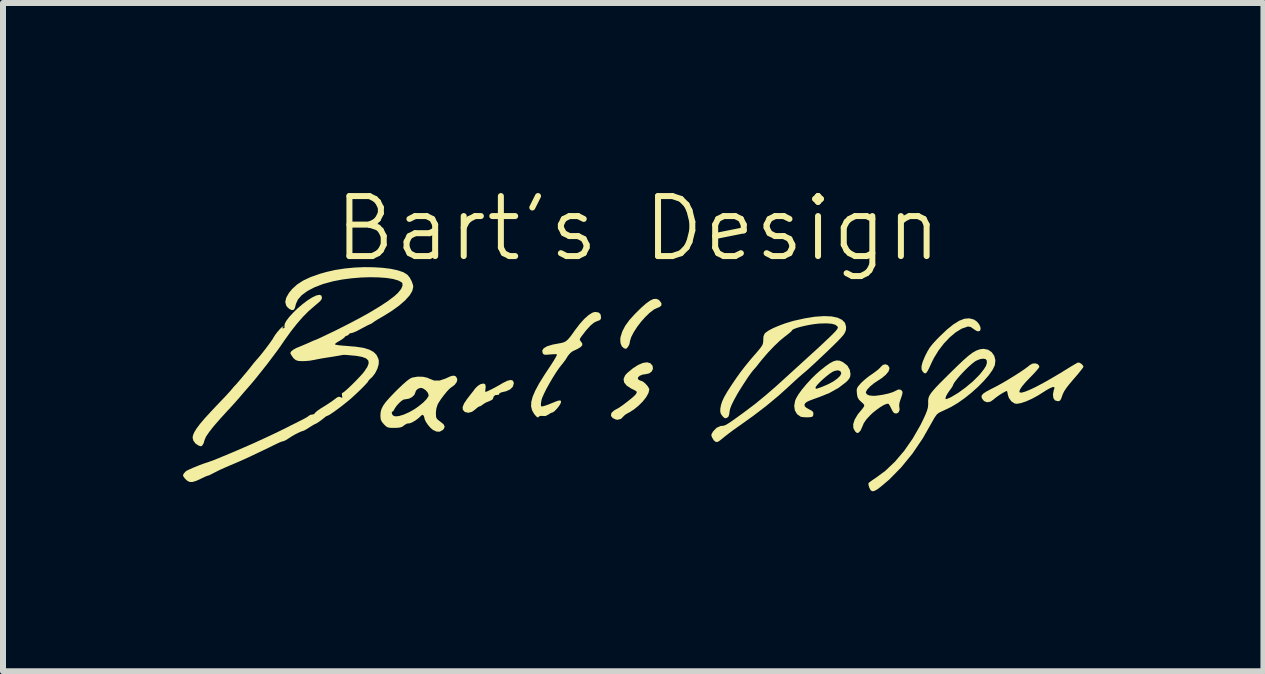
<source format=kicad_pcb>
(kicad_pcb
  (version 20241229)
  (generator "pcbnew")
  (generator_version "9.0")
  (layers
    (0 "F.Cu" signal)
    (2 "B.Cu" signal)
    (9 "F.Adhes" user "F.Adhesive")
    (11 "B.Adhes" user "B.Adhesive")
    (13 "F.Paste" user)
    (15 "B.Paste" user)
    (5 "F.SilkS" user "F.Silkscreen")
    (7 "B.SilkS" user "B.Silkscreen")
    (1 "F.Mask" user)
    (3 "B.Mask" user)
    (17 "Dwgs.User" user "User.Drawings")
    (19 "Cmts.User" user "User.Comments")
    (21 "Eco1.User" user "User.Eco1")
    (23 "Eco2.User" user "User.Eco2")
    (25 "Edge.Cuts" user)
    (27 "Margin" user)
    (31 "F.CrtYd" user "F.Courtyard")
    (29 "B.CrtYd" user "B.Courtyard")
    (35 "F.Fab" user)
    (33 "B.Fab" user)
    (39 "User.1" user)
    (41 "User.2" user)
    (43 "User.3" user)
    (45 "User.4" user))
  (footprint "Bart's Design"
    (layer "F.Cu")
    (at 7.583 3.26)
    (property "Reference" "Bart's Design" (at 0 -2.5 0) (unlocked yes) (layer "F.SilkS") (effects (font (size 1 1) (thickness 0.1))))
    (attr smd)
    (fp_poly (pts (xy 0.343 -1.314) (xy 0.359 -1.3) (xy 0.391 -1.255) (xy 0.389 -1.218) (xy 0.354 -1.19) (xy 0.325 -1.18) (xy 0.265 -1.152) (xy 0.196 -1.099) (xy 0.123 -1.029) (xy 0.05 -0.947) (xy -0.017 -0.859) (xy -0.073 -0.771) (xy -0.114 -0.691) (xy -0.135 -0.623) (xy -0.137 -0.604) (xy -0.145 -0.57) (xy -0.165 -0.533) (xy -0.187 -0.505) (xy -0.202 -0.497) (xy -0.227 -0.504) (xy -0.236 -0.507) (xy -0.271 -0.539) (xy -0.292 -0.593) (xy -0.296 -0.66) (xy -0.291 -0.694) (xy -0.261 -0.789) (xy -0.213 -0.881) (xy -0.144 -0.976) (xy -0.049 -1.081) (xy -0.047 -1.082) (xy 0.053 -1.181) (xy 0.136 -1.254) (xy 0.203 -1.302) (xy 0.258 -1.327) (xy 0.304 -1.33)) (stroke (width 0) (type solid)) (fill yes) (layer "F.SilkS"))
    (fp_poly (pts (xy 5.591 -0.987) (xy 5.601 -0.983) (xy 5.647 -0.951) (xy 5.682 -0.91) (xy 5.704 -0.866) (xy 5.71 -0.826) (xy 5.698 -0.797) (xy 5.669 -0.787) (xy 5.638 -0.797) (xy 5.598 -0.823) (xy 5.588 -0.831) (xy 5.542 -0.861) (xy 5.5 -0.868) (xy 5.486 -0.865) (xy 5.393 -0.832) (xy 5.295 -0.772) (xy 5.195 -0.688) (xy 5.098 -0.586) (xy 5.009 -0.47) (xy 4.932 -0.345) (xy 4.897 -0.275) (xy 4.858 -0.19) (xy 4.83 -0.133) (xy 4.808 -0.1) (xy 4.79 -0.087) (xy 4.772 -0.091) (xy 4.752 -0.108) (xy 4.748 -0.112) (xy 4.726 -0.15) (xy 4.724 -0.205) (xy 4.743 -0.278) (xy 4.783 -0.374) (xy 4.791 -0.391) (xy 4.827 -0.46) (xy 4.864 -0.52) (xy 4.91 -0.578) (xy 4.97 -0.644) (xy 5.027 -0.702) (xy 5.149 -0.818) (xy 5.258 -0.906) (xy 5.354 -0.965) (xy 5.44 -0.998) (xy 5.519 -1.005)) (stroke (width 0) (type solid)) (fill yes) (layer "F.SilkS"))
    (fp_poly (pts (xy -2.085 0.034) (xy -2.07 0.071) (xy -2.07 0.078) (xy -2.086 0.134) (xy -2.13 0.179) (xy -2.199 0.211) (xy -2.232 0.218) (xy -2.286 0.232) (xy -2.312 0.248) (xy -2.313 0.255) (xy -2.322 0.27) (xy -2.339 0.271) (xy -2.383 0.276) (xy -2.409 0.304) (xy -2.412 0.323) (xy -2.427 0.35) (xy -2.476 0.375) (xy -2.484 0.378) (xy -2.536 0.399) (xy -2.578 0.425) (xy -2.587 0.432) (xy -2.619 0.455) (xy -2.639 0.462) (xy -2.665 0.473) (xy -2.7 0.502) (xy -2.709 0.511) (xy -2.766 0.553) (xy -2.826 0.569) (xy -2.88 0.558) (xy -2.891 0.552) (xy -2.92 0.518) (xy -2.923 0.473) (xy -2.899 0.414) (xy -2.848 0.338) (xy -2.835 0.322) (xy -2.789 0.262) (xy -2.746 0.208) (xy -2.716 0.167) (xy -2.711 0.161) (xy -2.67 0.121) (xy -2.626 0.093) (xy -2.575 0.081) (xy -2.546 0.096) (xy -2.538 0.138) (xy -2.542 0.165) (xy -2.546 0.203) (xy -2.543 0.222) (xy -2.541 0.222) (xy -2.518 0.214) (xy -2.473 0.193) (xy -2.413 0.163) (xy -2.346 0.127) (xy -2.279 0.089) (xy -2.253 0.073) (xy -2.177 0.035) (xy -2.121 0.022)) (stroke (width 0) (type solid)) (fill yes) (layer "F.SilkS"))
    (fp_poly (pts (xy 0.206 -0.256) (xy 0.242 -0.215) (xy 0.243 -0.213) (xy 0.249 -0.163) (xy 0.228 -0.119) (xy 0.185 -0.087) (xy 0.132 -0.075) (xy 0.076 -0.067) (xy 0.03 -0.048) (xy 0.001 -0.023) (xy -0.003 0.003) (xy 0.001 0.01) (xy 0.03 0.031) (xy 0.044 0.034) (xy 0.08 0.048) (xy 0.121 0.081) (xy 0.159 0.123) (xy 0.184 0.165) (xy 0.188 0.184) (xy 0.174 0.241) (xy 0.136 0.309) (xy 0.079 0.381) (xy 0.008 0.452) (xy -0.07 0.515) (xy -0.15 0.566) (xy -0.166 0.573) (xy -0.207 0.597) (xy -0.233 0.619) (xy -0.235 0.621) (xy -0.282 0.67) (xy -0.338 0.686) (xy -0.372 0.681) (xy -0.424 0.656) (xy -0.45 0.621) (xy -0.447 0.581) (xy -0.433 0.561) (xy -0.396 0.529) (xy -0.368 0.513) (xy -0.332 0.494) (xy -0.28 0.46) (xy -0.219 0.415) (xy -0.157 0.367) (xy -0.1 0.321) (xy -0.057 0.282) (xy -0.034 0.257) (xy -0.034 0.256) (xy -0.023 0.235) (xy -0.021 0.22) (xy -0.034 0.207) (xy -0.067 0.188) (xy -0.115 0.165) (xy -0.19 0.116) (xy -0.232 0.063) (xy -0.241 0.006) (xy -0.216 -0.053) (xy -0.182 -0.092) (xy -0.087 -0.171) (xy 0.002 -0.228) (xy 0.082 -0.262) (xy 0.151 -0.272)) (stroke (width 0) (type solid)) (fill yes) (layer "F.SilkS"))
    (fp_poly (pts (xy 3.356 -0.3) (xy 3.403 -0.281) (xy 3.418 -0.273) (xy 3.489 -0.217) (xy 3.53 -0.145) (xy 3.541 -0.076) (xy 3.536 -0.034) (xy 3.519 0.002) (xy 3.483 0.043) (xy 3.466 0.059) (xy 3.342 0.154) (xy 3.19 0.239) (xy 3.022 0.307) (xy 2.927 0.341) (xy 2.86 0.366) (xy 2.816 0.387) (xy 2.79 0.406) (xy 2.778 0.424) (xy 2.774 0.437) (xy 2.78 0.463) (xy 2.809 0.488) (xy 2.848 0.51) (xy 2.895 0.535) (xy 2.918 0.557) (xy 2.923 0.584) (xy 2.922 0.595) (xy 2.916 0.623) (xy 2.899 0.637) (xy 2.864 0.643) (xy 2.831 0.645) (xy 2.773 0.644) (xy 2.724 0.638) (xy 2.709 0.634) (xy 2.65 0.592) (xy 2.614 0.53) (xy 2.603 0.454) (xy 2.618 0.369) (xy 2.632 0.334) (xy 2.671 0.266) (xy 2.73 0.184) (xy 2.761 0.147) (xy 2.959 0.147) (xy 2.96 0.162) (xy 2.967 0.169) (xy 2.987 0.165) (xy 3.028 0.151) (xy 3.074 0.134) (xy 3.17 0.093) (xy 3.255 0.047) (xy 3.322 -0.001) (xy 3.368 -0.046) (xy 3.387 -0.086) (xy 3.387 -0.089) (xy 3.373 -0.123) (xy 3.338 -0.138) (xy 3.287 -0.132) (xy 3.242 -0.114) (xy 3.197 -0.084) (xy 3.143 -0.042) (xy 3.086 0.006) (xy 3.033 0.056) (xy 2.99 0.101) (xy 2.964 0.135) (xy 2.959 0.147) (xy 2.761 0.147) (xy 2.804 0.095) (xy 2.886 0.005) (xy 2.971 -0.078) (xy 3.032 -0.132) (xy 3.125 -0.206) (xy 3.199 -0.258) (xy 3.259 -0.29) (xy 3.309 -0.303)) (stroke (width 0) (type solid)) (fill yes) (layer "F.SilkS"))
    (fp_poly (pts (xy 4.163 -0.224) (xy 4.187 -0.189) (xy 4.19 -0.163) (xy 4.174 -0.118) (xy 4.13 -0.065) (xy 4.063 -0.009) (xy 3.996 0.035) (xy 3.926 0.082) (xy 3.866 0.132) (xy 3.821 0.181) (xy 3.799 0.22) (xy 3.797 0.231) (xy 3.813 0.262) (xy 3.856 0.281) (xy 3.923 0.287) (xy 3.966 0.285) (xy 4.073 0.27) (xy 4.17 0.249) (xy 4.25 0.224) (xy 4.299 0.2) (xy 4.338 0.181) (xy 4.371 0.184) (xy 4.381 0.189) (xy 4.4 0.204) (xy 4.408 0.225) (xy 4.404 0.259) (xy 4.387 0.314) (xy 4.371 0.357) (xy 4.356 0.409) (xy 4.352 0.453) (xy 4.354 0.465) (xy 4.36 0.519) (xy 4.344 0.56) (xy 4.31 0.581) (xy 4.3 0.582) (xy 4.27 0.575) (xy 4.246 0.55) (xy 4.223 0.505) (xy 4.2 0.458) (xy 4.18 0.426) (xy 4.173 0.419) (xy 4.145 0.42) (xy 4.098 0.439) (xy 4.039 0.474) (xy 3.975 0.52) (xy 3.91 0.572) (xy 3.873 0.607) (xy 3.807 0.678) (xy 3.764 0.74) (xy 3.739 0.798) (xy 3.709 0.866) (xy 3.675 0.901) (xy 3.652 0.907) (xy 3.636 0.896) (xy 3.619 0.88) (xy 3.589 0.827) (xy 3.586 0.759) (xy 3.611 0.682) (xy 3.661 0.598) (xy 3.688 0.564) (xy 3.735 0.508) (xy 3.762 0.471) (xy 3.771 0.447) (xy 3.762 0.427) (xy 3.738 0.403) (xy 3.72 0.388) (xy 3.68 0.348) (xy 3.658 0.308) (xy 3.648 0.252) (xy 3.648 0.245) (xy 3.644 0.196) (xy 3.65 0.161) (xy 3.669 0.128) (xy 3.706 0.086) (xy 3.713 0.077) (xy 3.766 0.027) (xy 3.834 -0.029) (xy 3.902 -0.077) (xy 3.961 -0.119) (xy 4.011 -0.159) (xy 4.043 -0.192) (xy 4.046 -0.196) (xy 4.083 -0.23) (xy 4.125 -0.239)) (stroke (width 0) (type solid)) (fill yes) (layer "F.SilkS"))
    (fp_poly (pts (xy 7.361 -0.264) (xy 7.395 -0.242) (xy 7.419 -0.213) (xy 7.423 -0.198) (xy 7.413 -0.179) (xy 7.383 -0.14) (xy 7.339 -0.085) (xy 7.284 -0.02) (xy 7.261 0.006) (xy 7.189 0.091) (xy 7.137 0.158) (xy 7.101 0.213) (xy 7.078 0.261) (xy 7.07 0.284) (xy 7.051 0.337) (xy 7.034 0.365) (xy 7.012 0.375) (xy 6.993 0.376) (xy 6.948 0.362) (xy 6.922 0.324) (xy 6.915 0.264) (xy 6.929 0.189) (xy 6.94 0.159) (xy 6.937 0.141) (xy 6.911 0.141) (xy 6.866 0.159) (xy 6.805 0.193) (xy 6.771 0.215) (xy 6.666 0.281) (xy 6.563 0.337) (xy 6.466 0.38) (xy 6.381 0.408) (xy 6.314 0.42) (xy 6.277 0.415) (xy 6.222 0.379) (xy 6.18 0.321) (xy 6.164 0.27) (xy 6.156 0.229) (xy 6.149 0.207) (xy 6.147 0.205) (xy 6.122 0.215) (xy 6.079 0.238) (xy 6.028 0.27) (xy 5.978 0.305) (xy 5.939 0.335) (xy 5.93 0.344) (xy 5.874 0.384) (xy 5.818 0.394) (xy 5.768 0.375) (xy 5.735 0.335) (xy 5.724 0.305) (xy 5.729 0.278) (xy 5.753 0.25) (xy 5.801 0.218) (xy 5.875 0.178) (xy 5.915 0.158) (xy 5.992 0.118) (xy 6.083 0.067) (xy 6.181 0.009) (xy 6.279 -0.051) (xy 6.37 -0.11) (xy 6.448 -0.163) (xy 6.506 -0.206) (xy 6.526 -0.223) (xy 6.57 -0.249) (xy 6.618 -0.255) (xy 6.66 -0.242) (xy 6.685 -0.213) (xy 6.688 -0.195) (xy 6.676 -0.175) (xy 6.645 -0.137) (xy 6.599 -0.086) (xy 6.545 -0.03) (xy 6.462 0.056) (xy 6.402 0.127) (xy 6.366 0.182) (xy 6.355 0.218) (xy 6.363 0.231) (xy 6.395 0.233) (xy 6.452 0.217) (xy 6.533 0.184) (xy 6.634 0.136) (xy 6.752 0.073) (xy 6.885 -0.002) (xy 7.031 -0.088) (xy 7.086 -0.122) (xy 7.165 -0.171) (xy 7.234 -0.213) (xy 7.289 -0.245) (xy 7.324 -0.265) (xy 7.331 -0.268)) (stroke (width 0) (type solid)) (fill yes) (layer "F.SilkS"))
    (fp_poly (pts (xy -5.277 -1.384) (xy -5.268 -1.353) (xy -5.27 -1.333) (xy -5.28 -1.313) (xy -5.301 -1.288) (xy -5.341 -1.253) (xy -5.397 -1.206) (xy -5.494 -1.121) (xy -5.587 -1.027) (xy -5.681 -0.919) (xy -5.78 -0.794) (xy -5.888 -0.644) (xy -5.941 -0.566) (xy -6.009 -0.47) (xy -6.093 -0.358) (xy -6.185 -0.236) (xy -6.281 -0.115) (xy -6.372 -0.001) (xy -6.453 0.096) (xy -6.482 0.129) (xy -6.523 0.176) (xy -6.576 0.237) (xy -6.63 0.3) (xy -6.636 0.308) (xy -6.696 0.376) (xy -6.765 0.453) (xy -6.83 0.524) (xy -6.836 0.529) (xy -6.964 0.67) (xy -7.068 0.789) (xy -7.145 0.887) (xy -7.197 0.963) (xy -7.222 1.018) (xy -7.224 1.025) (xy -7.24 1.078) (xy -7.262 1.115) (xy -7.284 1.128) (xy -7.308 1.121) (xy -7.321 1.117) (xy -7.373 1.084) (xy -7.41 1.035) (xy -7.423 0.987) (xy -7.417 0.944) (xy -7.395 0.893) (xy -7.357 0.831) (xy -7.301 0.756) (xy -7.225 0.666) (xy -7.126 0.558) (xy -7.011 0.436) (xy -6.943 0.365) (xy -6.879 0.298) (xy -6.826 0.24) (xy -6.789 0.199) (xy -6.78 0.188) (xy -6.748 0.15) (xy -6.726 0.124) (xy -6.721 0.12) (xy -6.702 0.1) (xy -6.667 0.06) (xy -6.622 0.008) (xy -6.572 -0.052) (xy -6.522 -0.111) (xy -6.479 -0.164) (xy -6.447 -0.204) (xy -6.442 -0.211) (xy -6.401 -0.263) (xy -6.359 -0.312) (xy -6.348 -0.324) (xy -6.313 -0.364) (xy -6.266 -0.422) (xy -6.214 -0.488) (xy -6.163 -0.556) (xy -6.118 -0.618) (xy -6.086 -0.665) (xy -6.076 -0.683) (xy -6.048 -0.728) (xy -6.011 -0.777) (xy -5.972 -0.822) (xy -5.937 -0.857) (xy -5.914 -0.872) (xy -5.913 -0.872) (xy -5.906 -0.865) (xy -5.918 -0.855) (xy -5.934 -0.842) (xy -5.917 -0.838) (xy -5.914 -0.838) (xy -5.892 -0.846) (xy -5.892 -0.874) (xy -5.893 -0.878) (xy -5.887 -0.917) (xy -5.857 -0.97) (xy -5.808 -1.033) (xy -5.744 -1.102) (xy -5.671 -1.173) (xy -5.591 -1.241) (xy -5.511 -1.302) (xy -5.434 -1.351) (xy -5.365 -1.385) (xy -5.364 -1.385) (xy -5.309 -1.397)) (stroke (width 0) (type solid)) (fill yes) (layer "F.SilkS"))
    (fp_poly (pts (xy -0.656 -1.102) (xy -0.625 -1.072) (xy -0.616 -1.024) (xy -0.621 -0.991) (xy -0.642 -0.972) (xy -0.682 -0.958) (xy -0.734 -0.933) (xy -0.794 -0.883) (xy -0.864 -0.806) (xy -0.941 -0.706) (xy -0.966 -0.669) (xy -0.971 -0.647) (xy -0.958 -0.626) (xy -0.949 -0.615) (xy -0.928 -0.583) (xy -0.931 -0.553) (xy -0.96 -0.523) (xy -1.017 -0.49) (xy -1.086 -0.458) (xy -1.127 -0.428) (xy -1.167 -0.381) (xy -1.175 -0.368) (xy -1.21 -0.312) (xy -1.255 -0.252) (xy -1.273 -0.231) (xy -1.317 -0.174) (xy -1.369 -0.098) (xy -1.424 -0.01) (xy -1.479 0.084) (xy -1.529 0.175) (xy -1.57 0.258) (xy -1.599 0.325) (xy -1.609 0.359) (xy -1.618 0.412) (xy -1.618 0.45) (xy -1.614 0.462) (xy -1.593 0.463) (xy -1.548 0.451) (xy -1.489 0.43) (xy -1.462 0.419) (xy -1.385 0.387) (xy -1.333 0.368) (xy -1.302 0.363) (xy -1.287 0.369) (xy -1.283 0.386) (xy -1.283 0.39) (xy -1.294 0.421) (xy -1.321 0.463) (xy -1.357 0.507) (xy -1.393 0.544) (xy -1.421 0.563) (xy -1.427 0.564) (xy -1.455 0.574) (xy -1.492 0.598) (xy -1.493 0.599) (xy -1.543 0.624) (xy -1.587 0.622) (xy -1.628 0.621) (xy -1.65 0.631) (xy -1.665 0.647) (xy -1.684 0.641) (xy -1.712 0.612) (xy -1.732 0.587) (xy -1.766 0.528) (xy -1.782 0.463) (xy -1.779 0.388) (xy -1.756 0.301) (xy -1.712 0.199) (xy -1.647 0.078) (xy -1.559 -0.063) (xy -1.524 -0.116) (xy -1.459 -0.214) (xy -1.412 -0.287) (xy -1.38 -0.34) (xy -1.361 -0.375) (xy -1.352 -0.396) (xy -1.351 -0.403) (xy -1.367 -0.407) (xy -1.407 -0.407) (xy -1.461 -0.403) (xy -1.522 -0.398) (xy -1.558 -0.399) (xy -1.578 -0.409) (xy -1.588 -0.422) (xy -1.597 -0.466) (xy -1.573 -0.505) (xy -1.516 -0.539) (xy -1.427 -0.566) (xy -1.345 -0.582) (xy -1.284 -0.593) (xy -1.238 -0.605) (xy -1.201 -0.624) (xy -1.166 -0.655) (xy -1.127 -0.701) (xy -1.077 -0.769) (xy -1.053 -0.804) (xy -0.973 -0.909) (xy -0.896 -0.995) (xy -0.824 -1.059) (xy -0.761 -1.099) (xy -0.714 -1.112)) (stroke (width 0) (type solid)) (fill yes) (layer "F.SilkS"))
    (fp_poly (pts (xy 5.836 -0.481) (xy 5.896 -0.439) (xy 5.937 -0.379) (xy 5.956 -0.306) (xy 5.947 -0.228) (xy 5.945 -0.22) (xy 5.907 -0.143) (xy 5.844 -0.054) (xy 5.76 0.042) (xy 5.662 0.141) (xy 5.553 0.238) (xy 5.439 0.329) (xy 5.324 0.409) (xy 5.214 0.474) (xy 5.183 0.489) (xy 5.117 0.521) (xy 5.058 0.548) (xy 5.017 0.568) (xy 5.012 0.57) (xy 4.978 0.599) (xy 4.938 0.656) (xy 4.903 0.719) (xy 4.746 0.995) (xy 4.574 1.249) (xy 4.387 1.478) (xy 4.189 1.68) (xy 4.055 1.794) (xy 3.987 1.846) (xy 3.937 1.873) (xy 3.902 1.877) (xy 3.876 1.859) (xy 3.856 1.821) (xy 3.842 1.777) (xy 3.84 1.746) (xy 3.841 1.742) (xy 3.861 1.724) (xy 3.901 1.695) (xy 3.952 1.661) (xy 4.12 1.538) (xy 4.282 1.384) (xy 4.436 1.203) (xy 4.578 0.999) (xy 4.706 0.776) (xy 4.757 0.673) (xy 4.794 0.591) (xy 4.818 0.529) (xy 4.831 0.48) (xy 4.836 0.433) (xy 4.836 0.406) (xy 4.835 0.371) (xy 4.838 0.34) (xy 4.841 0.324) (xy 5.124 0.324) (xy 5.129 0.342) (xy 5.132 0.342) (xy 5.157 0.335) (xy 5.199 0.317) (xy 5.217 0.308) (xy 5.335 0.238) (xy 5.46 0.147) (xy 5.581 0.046) (xy 5.685 -0.058) (xy 5.705 -0.081) (xy 5.763 -0.155) (xy 5.799 -0.212) (xy 5.814 -0.26) (xy 5.812 -0.302) (xy 5.792 -0.326) (xy 5.751 -0.333) (xy 5.698 -0.324) (xy 5.639 -0.3) (xy 5.612 -0.284) (xy 5.56 -0.243) (xy 5.499 -0.188) (xy 5.436 -0.126) (xy 5.375 -0.061) (xy 5.321 0.001) (xy 5.279 0.055) (xy 5.255 0.094) (xy 5.251 0.108) (xy 5.241 0.129) (xy 5.216 0.167) (xy 5.2 0.188) (xy 5.163 0.241) (xy 5.136 0.288) (xy 5.124 0.324) (xy 4.841 0.324) (xy 4.845 0.31) (xy 4.859 0.279) (xy 4.882 0.243) (xy 4.917 0.199) (xy 4.965 0.145) (xy 5.029 0.078) (xy 5.112 -0.005) (xy 5.215 -0.107) (xy 5.311 -0.201) (xy 5.415 -0.3) (xy 5.501 -0.376) (xy 5.573 -0.431) (xy 5.636 -0.467) (xy 5.694 -0.488) (xy 5.75 -0.496) (xy 5.763 -0.496)) (stroke (width 0) (type solid)) (fill yes) (layer "F.SilkS"))
    (fp_poly (pts (xy -3.047 -0.043) (xy -3.031 -0.031) (xy -3.011 0.01) (xy -3.021 0.057) (xy -3.056 0.104) (xy -3.114 0.147) (xy -3.115 0.147) (xy -3.145 0.172) (xy -3.187 0.217) (xy -3.234 0.275) (xy -3.28 0.336) (xy -3.318 0.393) (xy -3.34 0.432) (xy -3.361 0.499) (xy -3.369 0.573) (xy -3.365 0.638) (xy -3.359 0.657) (xy -3.339 0.683) (xy -3.301 0.713) (xy -3.292 0.719) (xy -3.24 0.761) (xy -3.222 0.802) (xy -3.239 0.841) (xy -3.253 0.855) (xy -3.304 0.884) (xy -3.357 0.883) (xy -3.416 0.856) (xy -3.456 0.823) (xy -3.498 0.775) (xy -3.533 0.724) (xy -3.555 0.679) (xy -3.558 0.663) (xy -3.567 0.63) (xy -3.574 0.616) (xy -3.589 0.602) (xy -3.609 0.612) (xy -3.626 0.629) (xy -3.669 0.668) (xy -3.72 0.704) (xy -3.77 0.732) (xy -3.81 0.746) (xy -3.824 0.746) (xy -3.851 0.75) (xy -3.889 0.772) (xy -3.898 0.779) (xy -3.931 0.803) (xy -3.969 0.815) (xy -4.022 0.82) (xy -4.063 0.821) (xy -4.126 0.82) (xy -4.166 0.814) (xy -4.196 0.798) (xy -4.227 0.769) (xy -4.236 0.76) (xy -4.271 0.717) (xy -4.288 0.678) (xy -4.293 0.625) (xy -4.293 0.609) (xy -4.289 0.559) (xy -4.104 0.559) (xy -4.101 0.587) (xy -4.084 0.614) (xy -4.046 0.629) (xy -3.985 0.624) (xy -3.905 0.6) (xy -3.809 0.557) (xy -3.802 0.553) (xy -3.722 0.507) (xy -3.646 0.453) (xy -3.579 0.398) (xy -3.527 0.345) (xy -3.496 0.3) (xy -3.489 0.276) (xy -3.504 0.234) (xy -3.539 0.193) (xy -3.584 0.163) (xy -3.619 0.154) (xy -3.664 0.167) (xy -3.699 0.198) (xy -3.712 0.233) (xy -3.727 0.27) (xy -3.764 0.306) (xy -3.814 0.333) (xy -3.861 0.342) (xy -3.904 0.348) (xy -3.944 0.372) (xy -3.986 0.411) (xy -4.025 0.455) (xy -4.053 0.496) (xy -4.062 0.513) (xy -4.078 0.541) (xy -4.089 0.547) (xy -4.104 0.559) (xy -4.289 0.559) (xy -4.289 0.556) (xy -4.275 0.505) (xy -4.248 0.451) (xy -4.205 0.391) (xy -4.143 0.32) (xy -4.06 0.233) (xy -4.01 0.183) (xy -3.921 0.098) (xy -3.851 0.037) (xy -3.799 -0.001) (xy -3.764 -0.017) (xy -3.674 -0.033) (xy -3.586 -0.031) (xy -3.511 -0.015) (xy -3.482 -0.001) (xy -3.398 0.032) (xy -3.306 0.032) (xy -3.208 -0.001) (xy -3.199 -0.005) (xy -3.13 -0.037) (xy -3.081 -0.05)) (stroke (width 0) (type solid)) (fill yes) (layer "F.SilkS"))
    (fp_poly (pts (xy 3.224 -1.037) (xy 3.325 -1.016) (xy 3.4 -0.98) (xy 3.449 -0.93) (xy 3.468 -0.864) (xy 3.465 -0.813) (xy 3.452 -0.774) (xy 3.426 -0.731) (xy 3.381 -0.679) (xy 3.33 -0.626) (xy 3.245 -0.542) (xy 3.154 -0.454) (xy 3.062 -0.367) (xy 2.974 -0.284) (xy 2.894 -0.21) (xy 2.827 -0.149) (xy 2.778 -0.106) (xy 2.763 -0.094) (xy 2.725 -0.062) (xy 2.67 -0.014) (xy 2.604 0.046) (xy 2.536 0.109) (xy 2.533 0.112) (xy 2.343 0.284) (xy 2.142 0.451) (xy 1.923 0.619) (xy 1.679 0.793) (xy 1.659 0.807) (xy 1.585 0.859) (xy 1.507 0.918) (xy 1.44 0.97) (xy 1.431 0.978) (xy 1.378 1.021) (xy 1.344 1.046) (xy 1.321 1.056) (xy 1.302 1.055) (xy 1.287 1.049) (xy 1.264 1.029) (xy 1.24 0.992) (xy 1.239 0.989) (xy 1.223 0.954) (xy 1.224 0.927) (xy 1.244 0.892) (xy 1.251 0.88) (xy 1.31 0.819) (xy 1.378 0.789) (xy 1.408 0.787) (xy 1.43 0.784) (xy 1.458 0.773) (xy 1.496 0.752) (xy 1.548 0.718) (xy 1.618 0.669) (xy 1.711 0.602) (xy 1.736 0.584) (xy 1.941 0.43) (xy 2.127 0.278) (xy 2.301 0.127) (xy 2.488 -0.043) (xy 2.652 -0.192) (xy 2.793 -0.321) (xy 2.914 -0.431) (xy 3.016 -0.524) (xy 3.1 -0.603) (xy 3.168 -0.667) (xy 3.222 -0.719) (xy 3.263 -0.76) (xy 3.293 -0.792) (xy 3.313 -0.816) (xy 3.324 -0.834) (xy 3.33 -0.847) (xy 3.33 -0.857) (xy 3.326 -0.865) (xy 3.325 -0.868) (xy 3.291 -0.896) (xy 3.231 -0.914) (xy 3.142 -0.921) (xy 3.024 -0.918) (xy 2.948 -0.91) (xy 2.864 -0.897) (xy 2.779 -0.88) (xy 2.7 -0.861) (xy 2.634 -0.841) (xy 2.587 -0.822) (xy 2.566 -0.805) (xy 2.566 -0.803) (xy 2.553 -0.786) (xy 2.518 -0.756) (xy 2.469 -0.717) (xy 2.45 -0.703) (xy 2.366 -0.634) (xy 2.271 -0.544) (xy 2.17 -0.438) (xy 2.072 -0.325) (xy 2.017 -0.257) (xy 1.979 -0.208) (xy 1.949 -0.172) (xy 1.932 -0.154) (xy 1.932 -0.154) (xy 1.912 -0.131) (xy 1.877 -0.085) (xy 1.833 -0.023) (xy 1.785 0.05) (xy 1.735 0.127) (xy 1.688 0.201) (xy 1.65 0.265) (xy 1.595 0.366) (xy 1.557 0.444) (xy 1.534 0.506) (xy 1.524 0.557) (xy 1.522 0.583) (xy 1.509 0.631) (xy 1.485 0.652) (xy 1.457 0.661) (xy 1.433 0.651) (xy 1.406 0.623) (xy 1.379 0.585) (xy 1.37 0.544) (xy 1.372 0.497) (xy 1.383 0.439) (xy 1.403 0.378) (xy 1.436 0.307) (xy 1.485 0.221) (xy 1.553 0.116) (xy 1.572 0.087) (xy 1.64 -0.013) (xy 1.703 -0.101) (xy 1.768 -0.186) (xy 1.841 -0.277) (xy 1.929 -0.381) (xy 1.963 -0.419) (xy 2.017 -0.483) (xy 2.053 -0.529) (xy 2.074 -0.564) (xy 2.084 -0.595) (xy 2.087 -0.63) (xy 2.087 -0.646) (xy 2.091 -0.706) (xy 2.108 -0.746) (xy 2.125 -0.765) (xy 2.175 -0.801) (xy 2.251 -0.841) (xy 2.345 -0.881) (xy 2.449 -0.92) (xy 2.557 -0.953) (xy 2.591 -0.963) (xy 2.781 -1.005) (xy 2.95 -1.032) (xy 3.098 -1.042)) (stroke (width 0) (type solid)) (fill yes) (layer "F.SilkS"))
    (fp_poly (pts (xy -4.406 -1.856) (xy -4.257 -1.847) (xy -4.121 -1.83) (xy -4.004 -1.805) (xy -3.91 -1.773) (xy -3.845 -1.733) (xy -3.844 -1.732) (xy -3.804 -1.683) (xy -3.77 -1.619) (xy -3.749 -1.556) (xy -3.746 -1.527) (xy -3.762 -1.461) (xy -3.808 -1.385) (xy -3.882 -1.303) (xy -3.981 -1.217) (xy -4.103 -1.129) (xy -4.246 -1.04) (xy -4.284 -1.018) (xy -4.34 -0.986) (xy -4.39 -0.954) (xy -4.411 -0.939) (xy -4.444 -0.916) (xy -4.464 -0.907) (xy -4.484 -0.899) (xy -4.526 -0.878) (xy -4.584 -0.847) (xy -4.618 -0.829) (xy -4.682 -0.795) (xy -4.736 -0.771) (xy -4.772 -0.759) (xy -4.781 -0.759) (xy -4.806 -0.754) (xy -4.813 -0.743) (xy -4.836 -0.721) (xy -4.848 -0.718) (xy -4.878 -0.705) (xy -4.887 -0.693) (xy -4.91 -0.671) (xy -4.951 -0.643) (xy -4.975 -0.629) (xy -5.019 -0.603) (xy -5.047 -0.581) (xy -5.052 -0.573) (xy -5.037 -0.565) (xy -4.993 -0.557) (xy -4.925 -0.55) (xy -4.858 -0.545) (xy -4.702 -0.532) (xy -4.577 -0.513) (xy -4.481 -0.484) (xy -4.409 -0.446) (xy -4.359 -0.397) (xy -4.329 -0.335) (xy -4.32 -0.3) (xy -4.322 -0.238) (xy -4.344 -0.164) (xy -4.381 -0.09) (xy -4.429 -0.028) (xy -4.446 -0.012) (xy -4.479 0.019) (xy -4.497 0.042) (xy -4.498 0.046) (xy -4.51 0.064) (xy -4.542 0.099) (xy -4.588 0.147) (xy -4.644 0.202) (xy -4.704 0.259) (xy -4.762 0.312) (xy -4.813 0.357) (xy -4.817 0.36) (xy -4.885 0.415) (xy -4.956 0.471) (xy -5.026 0.523) (xy -5.088 0.567) (xy -5.136 0.599) (xy -5.165 0.615) (xy -5.169 0.616) (xy -5.194 0.626) (xy -5.205 0.633) (xy -5.255 0.674) (xy -5.305 0.711) (xy -5.346 0.739) (xy -5.37 0.752) (xy -5.372 0.753) (xy -5.392 0.761) (xy -5.431 0.784) (xy -5.476 0.812) (xy -5.526 0.844) (xy -5.565 0.865) (xy -5.583 0.872) (xy -5.613 0.881) (xy -5.662 0.903) (xy -5.721 0.933) (xy -5.779 0.967) (xy -5.822 0.995) (xy -5.867 1.024) (xy -5.903 1.041) (xy -5.914 1.043) (xy -5.943 1.051) (xy -5.989 1.07) (xy -6.018 1.084) (xy -6.078 1.113) (xy -6.161 1.154) (xy -6.259 1.201) (xy -6.364 1.251) (xy -6.469 1.301) (xy -6.534 1.331) (xy -6.603 1.362) (xy -6.688 1.399) (xy -6.774 1.436) (xy -6.797 1.445) (xy -6.88 1.481) (xy -6.967 1.52) (xy -7.041 1.557) (xy -7.058 1.566) (xy -7.111 1.593) (xy -7.149 1.612) (xy -7.166 1.617) (xy -7.167 1.617) (xy -7.181 1.621) (xy -7.218 1.636) (xy -7.271 1.661) (xy -7.286 1.669) (xy -7.368 1.706) (xy -7.428 1.723) (xy -7.474 1.722) (xy -7.514 1.701) (xy -7.544 1.673) (xy -7.574 1.636) (xy -7.583 1.611) (xy -7.574 1.587) (xy -7.571 1.584) (xy -7.543 1.551) (xy -7.524 1.536) (xy -7.471 1.51) (xy -7.397 1.478) (xy -7.313 1.444) (xy -7.232 1.414) (xy -7.201 1.404) (xy -7.139 1.383) (xy -7.086 1.364) (xy -7.056 1.353) (xy -7.029 1.341) (xy -6.976 1.32) (xy -6.905 1.29) (xy -6.82 1.255) (xy -6.765 1.232) (xy -6.588 1.156) (xy -6.401 1.074) (xy -6.216 0.989) (xy -6.041 0.907) (xy -5.887 0.832) (xy -5.875 0.826) (xy -5.793 0.784) (xy -5.706 0.741) (xy -5.63 0.702) (xy -5.607 0.691) (xy -5.55 0.661) (xy -5.506 0.635) (xy -5.483 0.617) (xy -5.482 0.616) (xy -5.458 0.603) (xy -5.43 0.599) (xy -5.398 0.591) (xy -5.387 0.577) (xy -5.373 0.559) (xy -5.336 0.53) (xy -5.283 0.494) (xy -5.258 0.479) (xy -5.189 0.436) (xy -5.121 0.391) (xy -5.068 0.353) (xy -5.06 0.347) (xy -5.016 0.314) (xy -4.987 0.302) (xy -4.961 0.307) (xy -4.957 0.31) (xy -4.932 0.32) (xy -4.928 0.308) (xy -4.933 0.284) (xy -4.936 0.252) (xy -4.929 0.239) (xy -4.908 0.228) (xy -4.869 0.196) (xy -4.817 0.149) (xy -4.758 0.092) (xy -4.697 0.031) (xy -4.639 -0.03) (xy -4.589 -0.085) (xy -4.559 -0.123) (xy -4.51 -0.197) (xy -4.489 -0.256) (xy -4.495 -0.302) (xy -4.532 -0.337) (xy -4.599 -0.362) (xy -4.698 -0.38) (xy -4.746 -0.384) (xy -4.82 -0.391) (xy -4.869 -0.395) (xy -4.901 -0.396) (xy -4.926 -0.394) (xy -4.952 -0.389) (xy -4.96 -0.387) (xy -4.995 -0.381) (xy -5.054 -0.371) (xy -5.128 -0.359) (xy -5.174 -0.352) (xy -5.256 -0.339) (xy -5.332 -0.325) (xy -5.392 -0.313) (xy -5.414 -0.309) (xy -5.47 -0.299) (xy -5.541 -0.293) (xy -5.588 -0.291) (xy -5.657 -0.294) (xy -5.703 -0.308) (xy -5.74 -0.338) (xy -5.776 -0.388) (xy -5.793 -0.42) (xy -5.789 -0.443) (xy -5.774 -0.46) (xy -5.741 -0.485) (xy -5.691 -0.512) (xy -5.665 -0.522) (xy -5.605 -0.547) (xy -5.532 -0.578) (xy -5.479 -0.601) (xy -5.425 -0.626) (xy -5.383 -0.643) (xy -5.364 -0.65) (xy -5.346 -0.657) (xy -5.303 -0.677) (xy -5.237 -0.708) (xy -5.154 -0.748) (xy -5.058 -0.794) (xy -5.003 -0.821) (xy -4.798 -0.925) (xy -4.608 -1.026) (xy -4.436 -1.123) (xy -4.287 -1.214) (xy -4.161 -1.298) (xy -4.062 -1.373) (xy -3.999 -1.431) (xy -3.949 -1.493) (xy -3.925 -1.547) (xy -3.927 -1.589) (xy -3.939 -1.605) (xy -3.997 -1.636) (xy -4.084 -1.661) (xy -4.194 -1.678) (xy -4.323 -1.687) (xy -4.465 -1.69) (xy -4.617 -1.685) (xy -4.772 -1.672) (xy -4.926 -1.652) (xy -5.075 -1.624) (xy -5.087 -1.621) (xy -5.248 -1.577) (xy -5.389 -1.523) (xy -5.508 -1.461) (xy -5.602 -1.393) (xy -5.667 -1.32) (xy -5.702 -1.244) (xy -5.704 -1.233) (xy -5.716 -1.185) (xy -5.732 -1.152) (xy -5.736 -1.148) (xy -5.768 -1.141) (xy -5.808 -1.159) (xy -5.848 -1.195) (xy -5.863 -1.217) (xy -5.879 -1.277) (xy -5.863 -1.349) (xy -5.816 -1.431) (xy -5.761 -1.497) (xy -5.68 -1.57) (xy -5.579 -1.635) (xy -5.453 -1.694) (xy -5.298 -1.748) (xy -5.191 -1.778) (xy -5.046 -1.811) (xy -4.889 -1.835) (xy -4.727 -1.851) (xy -4.565 -1.858)) (stroke (width 0) (type solid)) (fill yes) (layer "F.SilkS")))
  (gr_rect
    (start -3 -3)
    (end 18.006 8.137)
    (stroke (width 0.1) (type default))
    (fill no)
    (layer "Edge.Cuts")))
</source>
